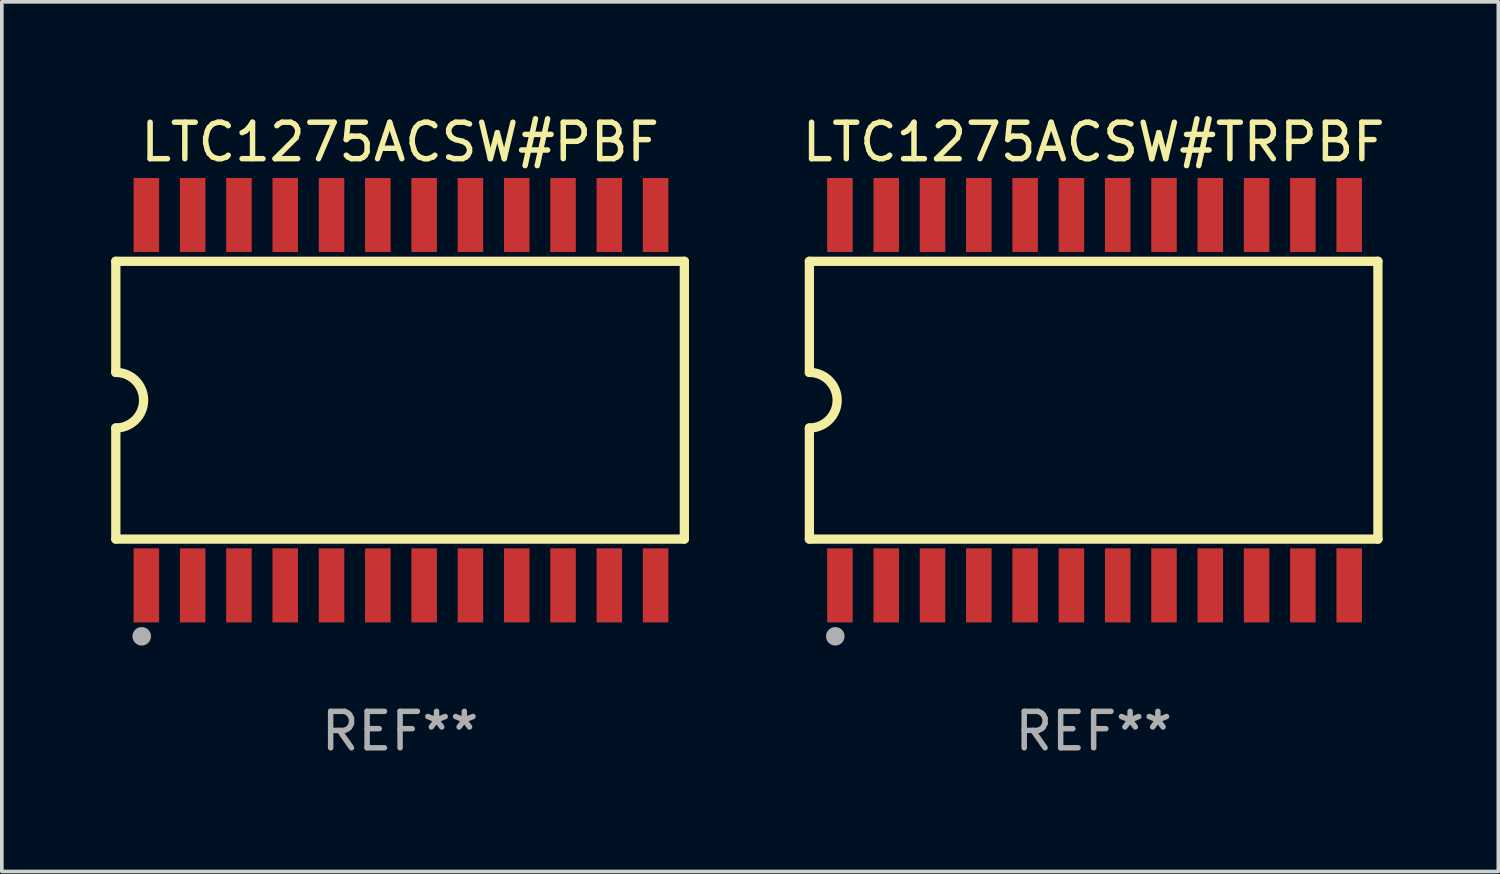
<source format=kicad_pcb>
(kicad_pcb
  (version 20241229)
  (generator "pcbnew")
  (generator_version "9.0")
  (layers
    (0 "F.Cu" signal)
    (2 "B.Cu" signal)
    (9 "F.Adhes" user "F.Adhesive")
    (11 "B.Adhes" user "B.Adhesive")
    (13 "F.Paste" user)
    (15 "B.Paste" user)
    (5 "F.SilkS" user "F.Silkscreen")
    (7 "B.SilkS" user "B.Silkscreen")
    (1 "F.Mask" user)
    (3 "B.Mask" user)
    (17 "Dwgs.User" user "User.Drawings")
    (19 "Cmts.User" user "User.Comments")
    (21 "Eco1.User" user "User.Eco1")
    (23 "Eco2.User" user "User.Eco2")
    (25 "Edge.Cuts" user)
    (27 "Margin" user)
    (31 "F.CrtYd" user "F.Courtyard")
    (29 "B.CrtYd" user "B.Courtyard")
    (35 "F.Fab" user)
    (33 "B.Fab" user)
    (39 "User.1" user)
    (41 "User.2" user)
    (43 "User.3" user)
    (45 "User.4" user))
  (footprint "LTC1275ACSW#PBF"
    (layer "F.Cu")
    (at 7.925 7.928)
    (property "Reference" "LTC1275ACSW#PBF" (at 0 -7.08 0) (layer "F.SilkS") (effects (font (size 1 1) (thickness 0.15))))
    (attr through_hole)
    (fp_line (start -7.798 -3.81) (end -7.798 -0.762) (stroke (width 0.254) (type solid)) (layer "F.SilkS"))
    (fp_line (start -7.798 3.81) (end -7.798 0.762) (stroke (width 0.254) (type solid)) (layer "F.SilkS"))
    (fp_line (start 7.798 -3.81) (end -7.798 -3.81) (stroke (width 0.254) (type solid)) (layer "F.SilkS"))
    (fp_line (start 7.798 3.81) (end -7.798 3.81) (stroke (width 0.254) (type solid)) (layer "F.SilkS"))
    (fp_line (start 7.798 3.81) (end 7.798 -3.81) (stroke (width 0.254) (type solid)) (layer "F.SilkS"))
    (fp_arc (start -7.797791 -0.762002) (mid -7.03579 -0.000001) (end -7.79779 0.762002) (stroke (width 0.254001) (type solid)) (layer "F.SilkS"))
    (fp_circle (center -7.825 3.75) (end -7.795 3.75) (stroke (width 0.06) (type solid)) (fill no) (layer "F.SilkS"))
    (fp_circle (center -7.087 6.477) (end -6.96 6.477) (stroke (width 0.254) (type solid)) (fill no) (layer "F.Fab"))
    (fp_text user "REF**" (at 0 9.08 0) (layer "F.Fab") (effects (font (size 1 1) (thickness 0.15))))
    (pad "1" smd rect (at -6.96 5.08 90) (size 2.032 0.7) (layers "F.Cu" "F.Mask" "F.Paste"))
    (pad "2" smd rect (at -5.69 5.08 90) (size 2.032 0.7) (layers "F.Cu" "F.Mask" "F.Paste"))
    (pad "3" smd rect (at -4.42 5.08 90) (size 2.032 0.7) (layers "F.Cu" "F.Mask" "F.Paste"))
    (pad "4" smd rect (at -3.15 5.08 90) (size 2.032 0.7) (layers "F.Cu" "F.Mask" "F.Paste"))
    (pad "5" smd rect (at -1.88 5.08 90) (size 2.032 0.7) (layers "F.Cu" "F.Mask" "F.Paste"))
    (pad "6" smd rect (at -0.61 5.08 90) (size 2.032 0.7) (layers "F.Cu" "F.Mask" "F.Paste"))
    (pad "7" smd rect (at 0.66 5.08 90) (size 2.032 0.7) (layers "F.Cu" "F.Mask" "F.Paste"))
    (pad "8" smd rect (at 1.93 5.08 90) (size 2.032 0.7) (layers "F.Cu" "F.Mask" "F.Paste"))
    (pad "9" smd rect (at 3.2 5.08 90) (size 2.032 0.7) (layers "F.Cu" "F.Mask" "F.Paste"))
    (pad "10" smd rect (at 4.47 5.08 90) (size 2.032 0.7) (layers "F.Cu" "F.Mask" "F.Paste"))
    (pad "11" smd rect (at 5.74 5.08 90) (size 2.032 0.7) (layers "F.Cu" "F.Mask" "F.Paste"))
    (pad "12" smd rect (at 7.01 5.08 90) (size 2.032 0.7) (layers "F.Cu" "F.Mask" "F.Paste"))
    (pad "13" smd rect (at 7.01 -5.08 90) (size 2.032 0.7) (layers "F.Cu" "F.Mask" "F.Paste"))
    (pad "14" smd rect (at 5.74 -5.08 90) (size 2.032 0.7) (layers "F.Cu" "F.Mask" "F.Paste"))
    (pad "15" smd rect (at 4.47 -5.08 90) (size 2.032 0.7) (layers "F.Cu" "F.Mask" "F.Paste"))
    (pad "16" smd rect (at 3.2 -5.08 90) (size 2.032 0.7) (layers "F.Cu" "F.Mask" "F.Paste"))
    (pad "17" smd rect (at 1.93 -5.08 90) (size 2.032 0.7) (layers "F.Cu" "F.Mask" "F.Paste"))
    (pad "18" smd rect (at 0.66 -5.08 90) (size 2.032 0.7) (layers "F.Cu" "F.Mask" "F.Paste"))
    (pad "19" smd rect (at -0.61 -5.08 90) (size 2.032 0.7) (layers "F.Cu" "F.Mask" "F.Paste"))
    (pad "20" smd rect (at -1.88 -5.08 90) (size 2.032 0.7) (layers "F.Cu" "F.Mask" "F.Paste"))
    (pad "21" smd rect (at -3.15 -5.08 90) (size 2.032 0.7) (layers "F.Cu" "F.Mask" "F.Paste"))
    (pad "22" smd rect (at -4.42 -5.08 90) (size 2.032 0.7) (layers "F.Cu" "F.Mask" "F.Paste"))
    (pad "23" smd rect (at -5.69 -5.08 90) (size 2.032 0.7) (layers "F.Cu" "F.Mask" "F.Paste"))
    (pad "24" smd rect (at -6.96 -5.08 90) (size 2.032 0.7) (layers "F.Cu" "F.Mask" "F.Paste")))
  (footprint "LTC1275ACSW#TRPBF"
    (layer "F.Cu")
    (at 26.951 7.928)
    (property "Reference" "LTC1275ACSW#TRPBF" (at 0 -7.08 0) (layer "F.SilkS") (effects (font (size 1 1) (thickness 0.15))))
    (attr through_hole)
    (fp_line (start -7.798 -3.81) (end -7.798 -0.762) (stroke (width 0.254) (type solid)) (layer "F.SilkS"))
    (fp_line (start -7.798 3.81) (end -7.798 0.762) (stroke (width 0.254) (type solid)) (layer "F.SilkS"))
    (fp_line (start 7.798 -3.81) (end -7.798 -3.81) (stroke (width 0.254) (type solid)) (layer "F.SilkS"))
    (fp_line (start 7.798 3.81) (end -7.798 3.81) (stroke (width 0.254) (type solid)) (layer "F.SilkS"))
    (fp_line (start 7.798 3.81) (end 7.798 -3.81) (stroke (width 0.254) (type solid)) (layer "F.SilkS"))
    (fp_arc (start -7.797791 -0.762002) (mid -7.03579 -0.000001) (end -7.79779 0.762002) (stroke (width 0.254001) (type solid)) (layer "F.SilkS"))
    (fp_circle (center -7.825 3.75) (end -7.795 3.75) (stroke (width 0.06) (type solid)) (fill no) (layer "F.SilkS"))
    (fp_circle (center -7.087 6.477) (end -6.96 6.477) (stroke (width 0.254) (type solid)) (fill no) (layer "F.Fab"))
    (fp_text user "REF**" (at 0 9.08 0) (layer "F.Fab") (effects (font (size 1 1) (thickness 0.15))))
    (pad "1" smd rect (at -6.96 5.08 90) (size 2.032 0.7) (layers "F.Cu" "F.Mask" "F.Paste"))
    (pad "2" smd rect (at -5.69 5.08 90) (size 2.032 0.7) (layers "F.Cu" "F.Mask" "F.Paste"))
    (pad "3" smd rect (at -4.42 5.08 90) (size 2.032 0.7) (layers "F.Cu" "F.Mask" "F.Paste"))
    (pad "4" smd rect (at -3.15 5.08 90) (size 2.032 0.7) (layers "F.Cu" "F.Mask" "F.Paste"))
    (pad "5" smd rect (at -1.88 5.08 90) (size 2.032 0.7) (layers "F.Cu" "F.Mask" "F.Paste"))
    (pad "6" smd rect (at -0.61 5.08 90) (size 2.032 0.7) (layers "F.Cu" "F.Mask" "F.Paste"))
    (pad "7" smd rect (at 0.66 5.08 90) (size 2.032 0.7) (layers "F.Cu" "F.Mask" "F.Paste"))
    (pad "8" smd rect (at 1.93 5.08 90) (size 2.032 0.7) (layers "F.Cu" "F.Mask" "F.Paste"))
    (pad "9" smd rect (at 3.2 5.08 90) (size 2.032 0.7) (layers "F.Cu" "F.Mask" "F.Paste"))
    (pad "10" smd rect (at 4.47 5.08 90) (size 2.032 0.7) (layers "F.Cu" "F.Mask" "F.Paste"))
    (pad "11" smd rect (at 5.74 5.08 90) (size 2.032 0.7) (layers "F.Cu" "F.Mask" "F.Paste"))
    (pad "12" smd rect (at 7.01 5.08 90) (size 2.032 0.7) (layers "F.Cu" "F.Mask" "F.Paste"))
    (pad "13" smd rect (at 7.01 -5.08 90) (size 2.032 0.7) (layers "F.Cu" "F.Mask" "F.Paste"))
    (pad "14" smd rect (at 5.74 -5.08 90) (size 2.032 0.7) (layers "F.Cu" "F.Mask" "F.Paste"))
    (pad "15" smd rect (at 4.47 -5.08 90) (size 2.032 0.7) (layers "F.Cu" "F.Mask" "F.Paste"))
    (pad "16" smd rect (at 3.2 -5.08 90) (size 2.032 0.7) (layers "F.Cu" "F.Mask" "F.Paste"))
    (pad "17" smd rect (at 1.93 -5.08 90) (size 2.032 0.7) (layers "F.Cu" "F.Mask" "F.Paste"))
    (pad "18" smd rect (at 0.66 -5.08 90) (size 2.032 0.7) (layers "F.Cu" "F.Mask" "F.Paste"))
    (pad "19" smd rect (at -0.61 -5.08 90) (size 2.032 0.7) (layers "F.Cu" "F.Mask" "F.Paste"))
    (pad "20" smd rect (at -1.88 -5.08 90) (size 2.032 0.7) (layers "F.Cu" "F.Mask" "F.Paste"))
    (pad "21" smd rect (at -3.15 -5.08 90) (size 2.032 0.7) (layers "F.Cu" "F.Mask" "F.Paste"))
    (pad "22" smd rect (at -4.42 -5.08 90) (size 2.032 0.7) (layers "F.Cu" "F.Mask" "F.Paste"))
    (pad "23" smd rect (at -5.69 -5.08 90) (size 2.032 0.7) (layers "F.Cu" "F.Mask" "F.Paste"))
    (pad "24" smd rect (at -6.96 -5.08 90) (size 2.032 0.7) (layers "F.Cu" "F.Mask" "F.Paste")))
  (gr_rect
    (start -3 -3)
    (end 38.052 20.857)
    (stroke (width 0.1) (type default))
    (fill no)
    (layer "Edge.Cuts")))
</source>
